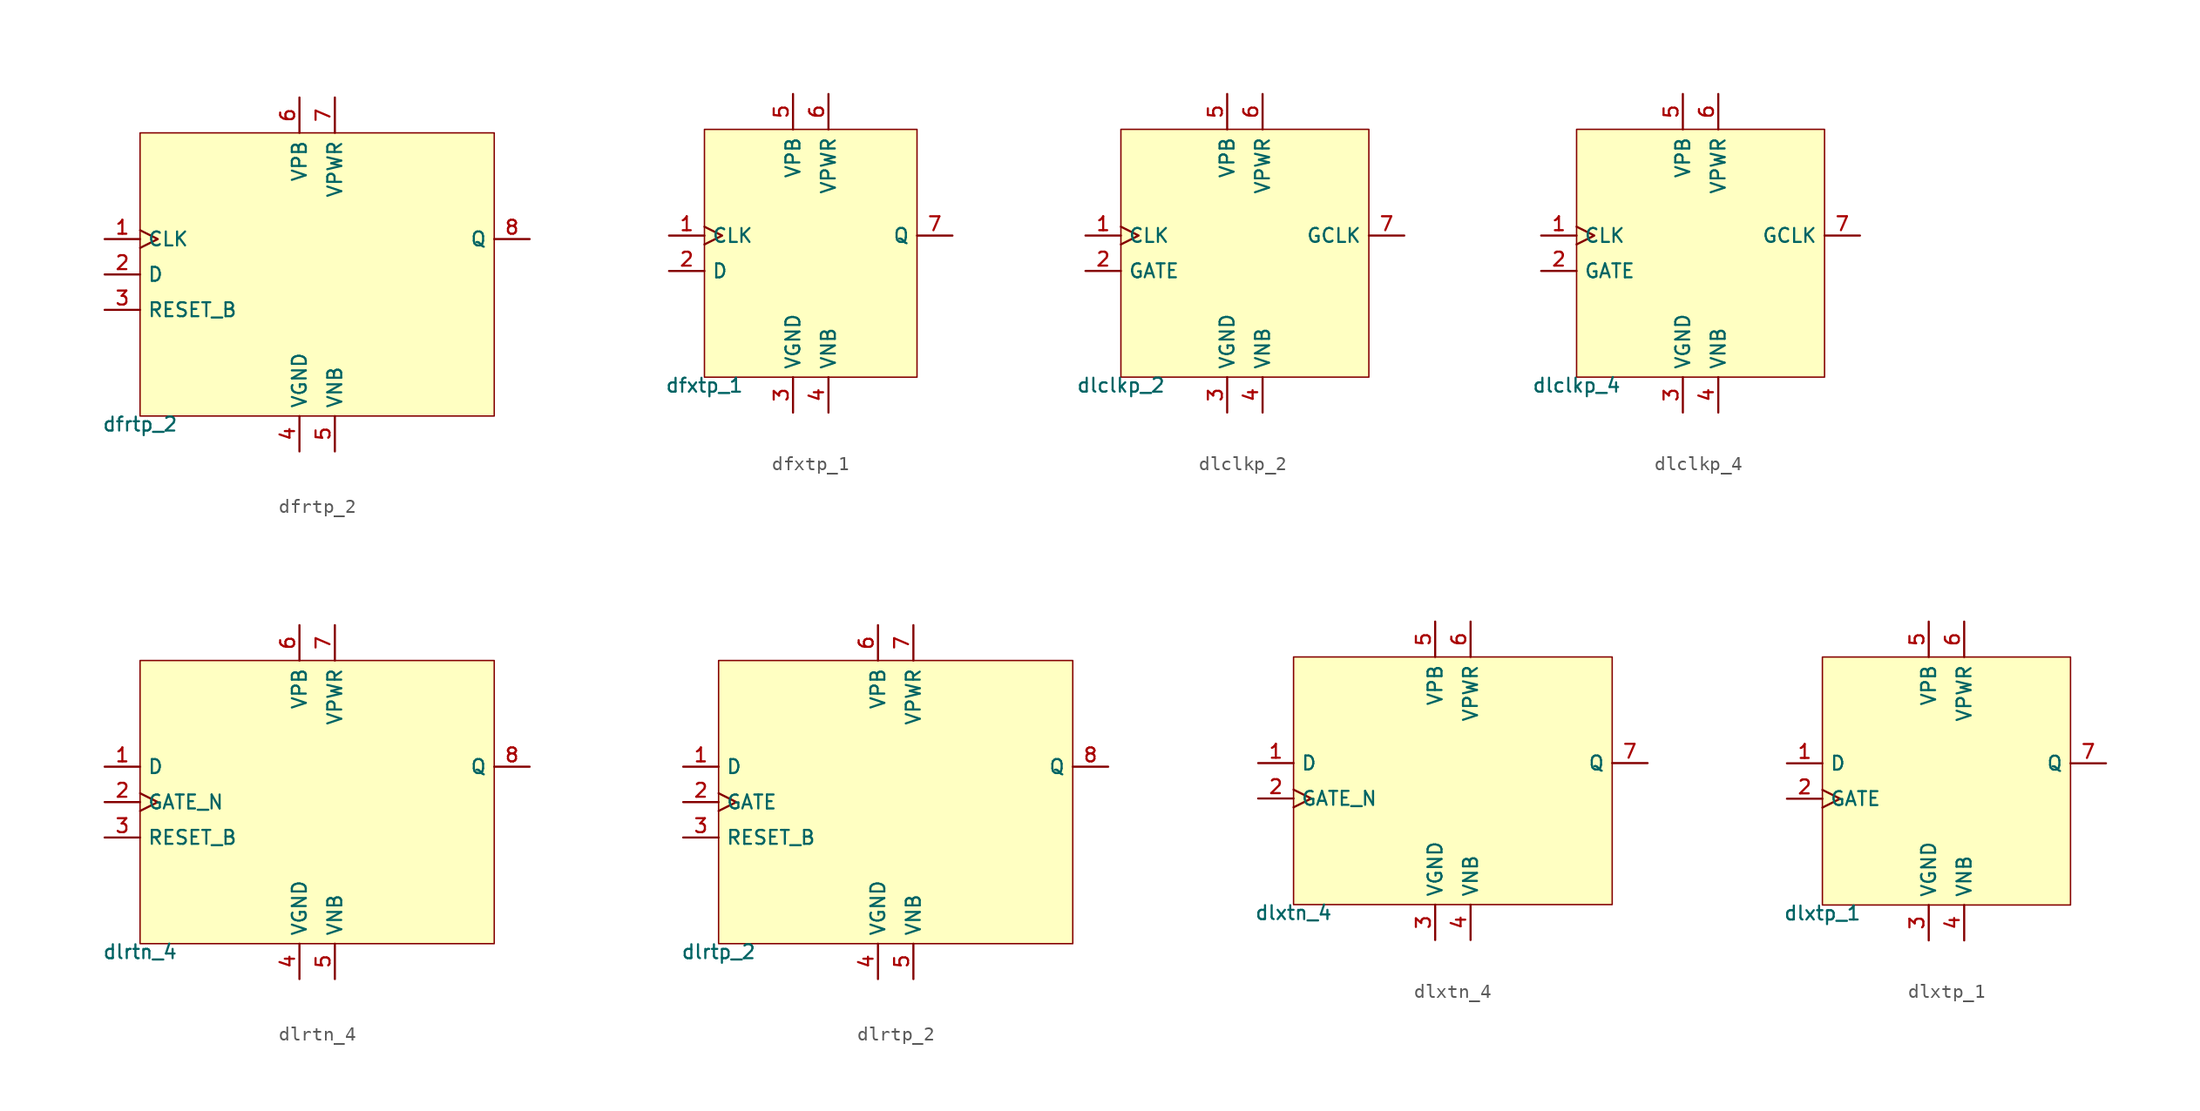
<source format=kicad_sym>
(kicad_symbol_lib
  (version 20211014)
  (generator pdk2kicad)
  (symbol "dfrtp_2"
    (property "Reference" "X"
      (at 0 0 0)
      (effects (font (size 1 1)) hide))
    (property "Value" "dfrtp_2"
      (at -12.7 -10.16 0)
      (effects (font (size 1 1)) (justify top)))
    (rectangle
      (start -12.7 -10.16)
      (end 12.7 10.16)
      (stroke (width 0.1) (type solid) (color 0 0 0 0))
      (fill (type background)))
    (pin input clock
      (at -15.24 2.54 0)
      (length 2.54)
      (name "CLK" (effects (font (size 1 1)) hide))
      (number "1" (effects (font (size 1 1)) hide)))
    (pin input line
      (at -15.24 0.0 0)
      (length 2.54)
      (name "D" (effects (font (size 1 1)) hide))
      (number "2" (effects (font (size 1 1)) hide)))
    (pin input line
      (at -15.24 -2.54 0)
      (length 2.54)
      (name "RESET_B" (effects (font (size 1 1)) hide))
      (number "3" (effects (font (size 1 1)) hide)))
    (pin power_in line
      (at -1.27 -12.7 90)
      (length 2.54)
      (name "VGND" (effects (font (size 1 1)) hide))
      (number "4" (effects (font (size 1 1)) hide)))
    (pin power_in line
      (at 1.27 -12.7 90)
      (length 2.54)
      (name "VNB" (effects (font (size 1 1)) hide))
      (number "5" (effects (font (size 1 1)) hide)))
    (pin power_in line
      (at -1.27 12.7 270)
      (length 2.54)
      (name "VPB" (effects (font (size 1 1)) hide))
      (number "6" (effects (font (size 1 1)) hide)))
    (pin power_in line
      (at 1.27 12.7 270)
      (length 2.54)
      (name "VPWR" (effects (font (size 1 1)) hide))
      (number "7" (effects (font (size 1 1)) hide)))
    (pin output line
      (at 15.24 2.54 180)
      (length 2.54)
      (name "Q" (effects (font (size 1 1)) hide))
      (number "8" (effects (font (size 1 1)) hide))))
  (symbol "dfxtp_1"
    (property "Reference" "X"
      (at 0 0 0)
      (effects (font (size 1 1)) hide))
    (property "Value" "dfxtp_1"
      (at -7.62 -8.89 0)
      (effects (font (size 1 1)) (justify top)))
    (rectangle
      (start -7.62 -8.89)
      (end 7.62 8.89)
      (stroke (width 0.1) (type solid) (color 0 0 0 0))
      (fill (type background)))
    (pin input clock
      (at -10.16 1.27 0)
      (length 2.54)
      (name "CLK" (effects (font (size 1 1)) hide))
      (number "1" (effects (font (size 1 1)) hide)))
    (pin input line
      (at -10.16 -1.27 0)
      (length 2.54)
      (name "D" (effects (font (size 1 1)) hide))
      (number "2" (effects (font (size 1 1)) hide)))
    (pin power_in line
      (at -1.27 -11.43 90)
      (length 2.54)
      (name "VGND" (effects (font (size 1 1)) hide))
      (number "3" (effects (font (size 1 1)) hide)))
    (pin power_in line
      (at 1.27 -11.43 90)
      (length 2.54)
      (name "VNB" (effects (font (size 1 1)) hide))
      (number "4" (effects (font (size 1 1)) hide)))
    (pin power_in line
      (at -1.27 11.43 270)
      (length 2.54)
      (name "VPB" (effects (font (size 1 1)) hide))
      (number "5" (effects (font (size 1 1)) hide)))
    (pin power_in line
      (at 1.27 11.43 270)
      (length 2.54)
      (name "VPWR" (effects (font (size 1 1)) hide))
      (number "6" (effects (font (size 1 1)) hide)))
    (pin output line
      (at 10.16 1.27 180)
      (length 2.54)
      (name "Q" (effects (font (size 1 1)) hide))
      (number "7" (effects (font (size 1 1)) hide))))
  (symbol "dlclkp_2"
    (property "Reference" "X"
      (at 0 0 0)
      (effects (font (size 1 1)) hide))
    (property "Value" "dlclkp_2"
      (at -8.89 -8.89 0)
      (effects (font (size 1 1)) (justify top)))
    (rectangle
      (start -8.89 -8.89)
      (end 8.89 8.89)
      (stroke (width 0.1) (type solid) (color 0 0 0 0))
      (fill (type background)))
    (pin input clock
      (at -11.43 1.27 0)
      (length 2.54)
      (name "CLK" (effects (font (size 1 1)) hide))
      (number "1" (effects (font (size 1 1)) hide)))
    (pin input line
      (at -11.43 -1.27 0)
      (length 2.54)
      (name "GATE" (effects (font (size 1 1)) hide))
      (number "2" (effects (font (size 1 1)) hide)))
    (pin power_in line
      (at -1.27 -11.43 90)
      (length 2.54)
      (name "VGND" (effects (font (size 1 1)) hide))
      (number "3" (effects (font (size 1 1)) hide)))
    (pin power_in line
      (at 1.27 -11.43 90)
      (length 2.54)
      (name "VNB" (effects (font (size 1 1)) hide))
      (number "4" (effects (font (size 1 1)) hide)))
    (pin power_in line
      (at -1.27 11.43 270)
      (length 2.54)
      (name "VPB" (effects (font (size 1 1)) hide))
      (number "5" (effects (font (size 1 1)) hide)))
    (pin power_in line
      (at 1.27 11.43 270)
      (length 2.54)
      (name "VPWR" (effects (font (size 1 1)) hide))
      (number "6" (effects (font (size 1 1)) hide)))
    (pin output line
      (at 11.43 1.27 180)
      (length 2.54)
      (name "GCLK" (effects (font (size 1 1)) hide))
      (number "7" (effects (font (size 1 1)) hide))))
  (symbol "dlclkp_4"
    (property "Reference" "X"
      (at 0 0 0)
      (effects (font (size 1 1)) hide))
    (property "Value" "dlclkp_4"
      (at -8.89 -8.89 0)
      (effects (font (size 1 1)) (justify top)))
    (rectangle
      (start -8.89 -8.89)
      (end 8.89 8.89)
      (stroke (width 0.1) (type solid) (color 0 0 0 0))
      (fill (type background)))
    (pin input clock
      (at -11.43 1.27 0)
      (length 2.54)
      (name "CLK" (effects (font (size 1 1)) hide))
      (number "1" (effects (font (size 1 1)) hide)))
    (pin input line
      (at -11.43 -1.27 0)
      (length 2.54)
      (name "GATE" (effects (font (size 1 1)) hide))
      (number "2" (effects (font (size 1 1)) hide)))
    (pin power_in line
      (at -1.27 -11.43 90)
      (length 2.54)
      (name "VGND" (effects (font (size 1 1)) hide))
      (number "3" (effects (font (size 1 1)) hide)))
    (pin power_in line
      (at 1.27 -11.43 90)
      (length 2.54)
      (name "VNB" (effects (font (size 1 1)) hide))
      (number "4" (effects (font (size 1 1)) hide)))
    (pin power_in line
      (at -1.27 11.43 270)
      (length 2.54)
      (name "VPB" (effects (font (size 1 1)) hide))
      (number "5" (effects (font (size 1 1)) hide)))
    (pin power_in line
      (at 1.27 11.43 270)
      (length 2.54)
      (name "VPWR" (effects (font (size 1 1)) hide))
      (number "6" (effects (font (size 1 1)) hide)))
    (pin output line
      (at 11.43 1.27 180)
      (length 2.54)
      (name "GCLK" (effects (font (size 1 1)) hide))
      (number "7" (effects (font (size 1 1)) hide))))
  (symbol "dlrtn_4"
    (property "Reference" "X"
      (at 0 0 0)
      (effects (font (size 1 1)) hide))
    (property "Value" "dlrtn_4"
      (at -12.7 -10.16 0)
      (effects (font (size 1 1)) (justify top)))
    (rectangle
      (start -12.7 -10.16)
      (end 12.7 10.16)
      (stroke (width 0.1) (type solid) (color 0 0 0 0))
      (fill (type background)))
    (pin input line
      (at -15.24 2.54 0)
      (length 2.54)
      (name "D" (effects (font (size 1 1)) hide))
      (number "1" (effects (font (size 1 1)) hide)))
    (pin input clock
      (at -15.24 0.0 0)
      (length 2.54)
      (name "GATE_N" (effects (font (size 1 1)) hide))
      (number "2" (effects (font (size 1 1)) hide)))
    (pin input line
      (at -15.24 -2.54 0)
      (length 2.54)
      (name "RESET_B" (effects (font (size 1 1)) hide))
      (number "3" (effects (font (size 1 1)) hide)))
    (pin power_in line
      (at -1.27 -12.7 90)
      (length 2.54)
      (name "VGND" (effects (font (size 1 1)) hide))
      (number "4" (effects (font (size 1 1)) hide)))
    (pin power_in line
      (at 1.27 -12.7 90)
      (length 2.54)
      (name "VNB" (effects (font (size 1 1)) hide))
      (number "5" (effects (font (size 1 1)) hide)))
    (pin power_in line
      (at -1.27 12.7 270)
      (length 2.54)
      (name "VPB" (effects (font (size 1 1)) hide))
      (number "6" (effects (font (size 1 1)) hide)))
    (pin power_in line
      (at 1.27 12.7 270)
      (length 2.54)
      (name "VPWR" (effects (font (size 1 1)) hide))
      (number "7" (effects (font (size 1 1)) hide)))
    (pin output line
      (at 15.24 2.54 180)
      (length 2.54)
      (name "Q" (effects (font (size 1 1)) hide))
      (number "8" (effects (font (size 1 1)) hide))))
  (symbol "dlrtp_2"
    (property "Reference" "X"
      (at 0 0 0)
      (effects (font (size 1 1)) hide))
    (property "Value" "dlrtp_2"
      (at -12.7 -10.16 0)
      (effects (font (size 1 1)) (justify top)))
    (rectangle
      (start -12.7 -10.16)
      (end 12.7 10.16)
      (stroke (width 0.1) (type solid) (color 0 0 0 0))
      (fill (type background)))
    (pin input line
      (at -15.24 2.54 0)
      (length 2.54)
      (name "D" (effects (font (size 1 1)) hide))
      (number "1" (effects (font (size 1 1)) hide)))
    (pin input clock
      (at -15.24 0.0 0)
      (length 2.54)
      (name "GATE" (effects (font (size 1 1)) hide))
      (number "2" (effects (font (size 1 1)) hide)))
    (pin input line
      (at -15.24 -2.54 0)
      (length 2.54)
      (name "RESET_B" (effects (font (size 1 1)) hide))
      (number "3" (effects (font (size 1 1)) hide)))
    (pin power_in line
      (at -1.27 -12.7 90)
      (length 2.54)
      (name "VGND" (effects (font (size 1 1)) hide))
      (number "4" (effects (font (size 1 1)) hide)))
    (pin power_in line
      (at 1.27 -12.7 90)
      (length 2.54)
      (name "VNB" (effects (font (size 1 1)) hide))
      (number "5" (effects (font (size 1 1)) hide)))
    (pin power_in line
      (at -1.27 12.7 270)
      (length 2.54)
      (name "VPB" (effects (font (size 1 1)) hide))
      (number "6" (effects (font (size 1 1)) hide)))
    (pin power_in line
      (at 1.27 12.7 270)
      (length 2.54)
      (name "VPWR" (effects (font (size 1 1)) hide))
      (number "7" (effects (font (size 1 1)) hide)))
    (pin output line
      (at 15.24 2.54 180)
      (length 2.54)
      (name "Q" (effects (font (size 1 1)) hide))
      (number "8" (effects (font (size 1 1)) hide))))
  (symbol "dlxtn_4"
    (property "Reference" "X"
      (at 0 0 0)
      (effects (font (size 1 1)) hide))
    (property "Value" "dlxtn_4"
      (at -11.43 -8.89 0)
      (effects (font (size 1 1)) (justify top)))
    (rectangle
      (start -11.43 -8.89)
      (end 11.43 8.89)
      (stroke (width 0.1) (type solid) (color 0 0 0 0))
      (fill (type background)))
    (pin input line
      (at -13.97 1.27 0)
      (length 2.54)
      (name "D" (effects (font (size 1 1)) hide))
      (number "1" (effects (font (size 1 1)) hide)))
    (pin input clock
      (at -13.97 -1.27 0)
      (length 2.54)
      (name "GATE_N" (effects (font (size 1 1)) hide))
      (number "2" (effects (font (size 1 1)) hide)))
    (pin power_in line
      (at -1.27 -11.43 90)
      (length 2.54)
      (name "VGND" (effects (font (size 1 1)) hide))
      (number "3" (effects (font (size 1 1)) hide)))
    (pin power_in line
      (at 1.27 -11.43 90)
      (length 2.54)
      (name "VNB" (effects (font (size 1 1)) hide))
      (number "4" (effects (font (size 1 1)) hide)))
    (pin power_in line
      (at -1.27 11.43 270)
      (length 2.54)
      (name "VPB" (effects (font (size 1 1)) hide))
      (number "5" (effects (font (size 1 1)) hide)))
    (pin power_in line
      (at 1.27 11.43 270)
      (length 2.54)
      (name "VPWR" (effects (font (size 1 1)) hide))
      (number "6" (effects (font (size 1 1)) hide)))
    (pin output line
      (at 13.97 1.27 180)
      (length 2.54)
      (name "Q" (effects (font (size 1 1)) hide))
      (number "7" (effects (font (size 1 1)) hide))))
  (symbol "dlxtp_1"
    (property "Reference" "X"
      (at 0 0 0)
      (effects (font (size 1 1)) hide))
    (property "Value" "dlxtp_1"
      (at -8.89 -8.89 0)
      (effects (font (size 1 1)) (justify top)))
    (rectangle
      (start -8.89 -8.89)
      (end 8.89 8.89)
      (stroke (width 0.1) (type solid) (color 0 0 0 0))
      (fill (type background)))
    (pin input line
      (at -11.43 1.27 0)
      (length 2.54)
      (name "D" (effects (font (size 1 1)) hide))
      (number "1" (effects (font (size 1 1)) hide)))
    (pin input clock
      (at -11.43 -1.27 0)
      (length 2.54)
      (name "GATE" (effects (font (size 1 1)) hide))
      (number "2" (effects (font (size 1 1)) hide)))
    (pin power_in line
      (at -1.27 -11.43 90)
      (length 2.54)
      (name "VGND" (effects (font (size 1 1)) hide))
      (number "3" (effects (font (size 1 1)) hide)))
    (pin power_in line
      (at 1.27 -11.43 90)
      (length 2.54)
      (name "VNB" (effects (font (size 1 1)) hide))
      (number "4" (effects (font (size 1 1)) hide)))
    (pin power_in line
      (at -1.27 11.43 270)
      (length 2.54)
      (name "VPB" (effects (font (size 1 1)) hide))
      (number "5" (effects (font (size 1 1)) hide)))
    (pin power_in line
      (at 1.27 11.43 270)
      (length 2.54)
      (name "VPWR" (effects (font (size 1 1)) hide))
      (number "6" (effects (font (size 1 1)) hide)))
    (pin output line
      (at 11.43 1.27 180)
      (length 2.54)
      (name "Q" (effects (font (size 1 1)) hide))
      (number "7" (effects (font (size 1 1)) hide)))))
</source>
